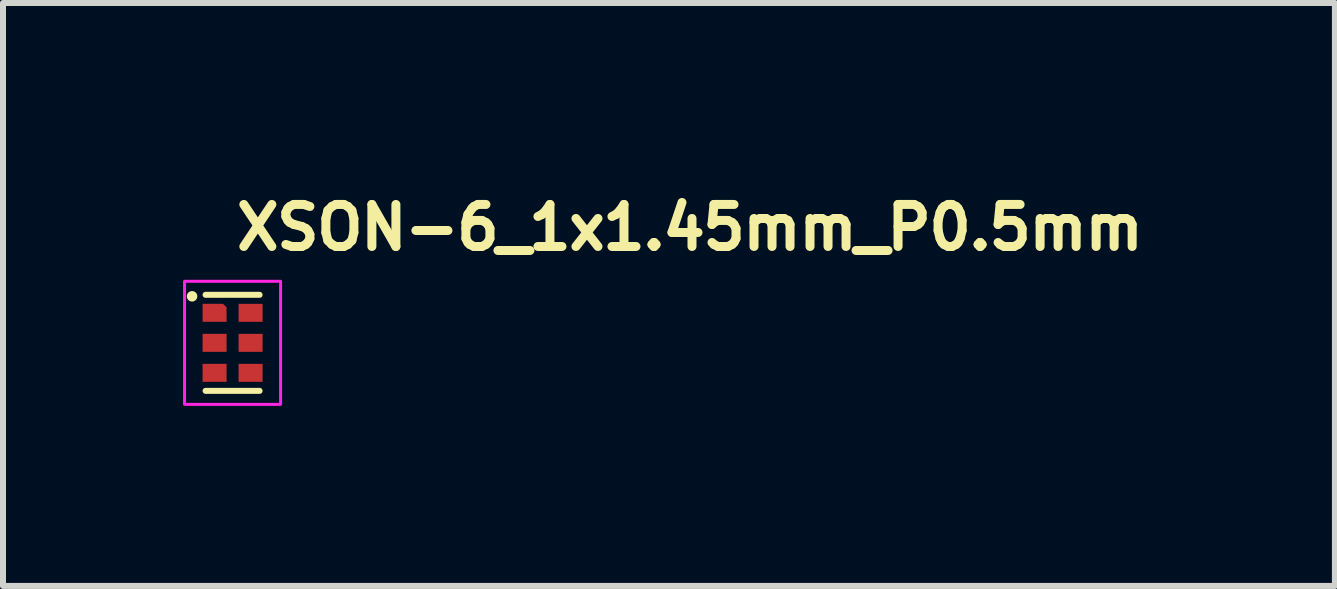
<source format=kicad_pcb>
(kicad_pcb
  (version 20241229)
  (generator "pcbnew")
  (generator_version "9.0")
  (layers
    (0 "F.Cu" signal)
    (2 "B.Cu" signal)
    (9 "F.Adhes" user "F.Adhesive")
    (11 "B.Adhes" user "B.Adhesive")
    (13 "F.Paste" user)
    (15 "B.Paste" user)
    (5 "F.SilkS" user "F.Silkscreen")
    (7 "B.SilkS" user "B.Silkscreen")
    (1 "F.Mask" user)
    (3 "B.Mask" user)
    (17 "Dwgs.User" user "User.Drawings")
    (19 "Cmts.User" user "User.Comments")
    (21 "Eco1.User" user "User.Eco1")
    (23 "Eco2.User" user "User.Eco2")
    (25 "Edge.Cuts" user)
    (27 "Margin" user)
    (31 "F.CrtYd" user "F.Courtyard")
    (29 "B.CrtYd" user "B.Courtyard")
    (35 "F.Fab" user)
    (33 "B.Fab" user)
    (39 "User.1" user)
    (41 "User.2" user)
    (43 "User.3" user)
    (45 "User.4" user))
  (footprint "XSON-6_1x1.45mm_P0.5mm"
    (layer "F.Cu")
    (at 0.825 2.662)
    (property "Reference" "XSON-6_1x1.45mm_P0.5mm" (at -0.011 -1.512 0) (layer "F.SilkS") (effects (font (size 0.7 0.7) (thickness 0.15)) (justify left bottom)))
    (attr smd)
    (fp_line (start -0.45 -0.8) (end 0.45 -0.8) (stroke (width 0.1) (type default)) (layer "F.SilkS"))
    (fp_line (start -0.45 0.8) (end 0.45 0.8) (stroke (width 0.1) (type default)) (layer "F.SilkS"))
    (fp_circle (center -0.675 -0.775) (end -0.625 -0.775) (stroke (width 0.075) (type solid)) (fill yes) (layer "F.SilkS"))
    (fp_rect (start -0.8 -1.025) (end 0.8 1.025) (stroke (width 0.05) (type solid)) (fill no) (layer "F.CrtYd"))
    (fp_rect (start -0.5 -0.725) (end 0.5 0.725) (stroke (width 0.1) (type solid)) (fill no) (layer "User.5"))
    (fp_line (start -0.49 -0.605) (end -0.49 -0.372) (stroke (width 0.02) (type solid)) (layer "User.9"))
    (fp_line (start -0.49 -0.372) (end -0.489 -0.372) (stroke (width 0.02) (type solid)) (layer "User.9"))
    (fp_line (start -0.49 -0.088) (end -0.49 0.107) (stroke (width 0.02) (type solid)) (layer "User.9"))
    (fp_line (start -0.49 -0.088) (end -0.489 -0.088) (stroke (width 0.02) (type solid)) (layer "User.9"))
    (fp_line (start -0.49 0.107) (end -0.489 0.107) (stroke (width 0.02) (type solid)) (layer "User.9"))
    (fp_line (start -0.49 0.392) (end -0.49 0.624) (stroke (width 0.02) (type solid)) (layer "User.9"))
    (fp_line (start -0.49 0.392) (end -0.489 0.392) (stroke (width 0.02) (type solid)) (layer "User.9"))
    (fp_line (start -0.49 0.624) (end -0.489 0.624) (stroke (width 0.02) (type solid)) (layer "User.9"))
    (fp_line (start -0.489 -0.715) (end 0.51 -0.715) (stroke (width 0.02) (type solid)) (layer "User.9"))
    (fp_line (start -0.489 -0.605) (end -0.49 -0.605) (stroke (width 0.02) (type solid)) (layer "User.9"))
    (fp_line (start -0.489 0.734) (end -0.489 -0.715) (stroke (width 0.02) (type solid)) (layer "User.9"))
    (fp_line (start -0.38 -0.715) (end -0.38 -0.715) (stroke (width 0.02) (type solid)) (layer "User.9"))
    (fp_line (start -0.38 -0.715) (end -0.182 -0.715) (stroke (width 0.02) (type solid)) (layer "User.9"))
    (fp_line (start -0.38 0.734) (end -0.38 0.735) (stroke (width 0.02) (type solid)) (layer "User.9"))
    (fp_line (start -0.38 0.735) (end -0.182 0.735) (stroke (width 0.02) (type solid)) (layer "User.9"))
    (fp_line (start -0.275 -0.19) (end -0.272 -0.196) (stroke (width 0.02) (type solid)) (layer "User.9"))
    (fp_line (start -0.275 -0.13) (end -0.275 -0.19) (stroke (width 0.02) (type solid)) (layer "User.9"))
    (fp_line (start -0.275 0.139) (end -0.272 0.129) (stroke (width 0.02) (type solid)) (layer "User.9"))
    (fp_line (start -0.275 0.199) (end -0.275 0.139) (stroke (width 0.02) (type solid)) (layer "User.9"))
    (fp_line (start -0.273 0.203) (end -0.275 0.199) (stroke (width 0.02) (type solid)) (layer "User.9"))
    (fp_line (start -0.272 -0.196) (end -0.265 -0.196) (stroke (width 0.02) (type solid)) (layer "User.9"))
    (fp_line (start -0.272 -0.121) (end -0.275 -0.13) (stroke (width 0.02) (type solid)) (layer "User.9"))
    (fp_line (start -0.272 0.129) (end -0.265 0.123) (stroke (width 0.02) (type solid)) (layer "User.9"))
    (fp_line (start -0.268 0.205) (end -0.273 0.203) (stroke (width 0.02) (type solid)) (layer "User.9"))
    (fp_line (start -0.265 -0.196) (end -0.045 -0.083) (stroke (width 0.02) (type solid)) (layer "User.9"))
    (fp_line (start -0.265 -0.114) (end -0.272 -0.121) (stroke (width 0.02) (type solid)) (layer "User.9"))
    (fp_line (start -0.265 0.123) (end -0.091 0.033) (stroke (width 0.02) (type solid)) (layer "User.9"))
    (fp_line (start -0.265 0.205) (end -0.268 0.205) (stroke (width 0.02) (type solid)) (layer "User.9"))
    (fp_line (start -0.182 -0.715) (end -0.182 -0.715) (stroke (width 0.02) (type solid)) (layer "User.9"))
    (fp_line (start -0.182 0.734) (end -0.182 0.735) (stroke (width 0.02) (type solid)) (layer "User.9"))
    (fp_line (start -0.091 -0.025) (end -0.265 -0.114) (stroke (width 0.02) (type solid)) (layer "User.9"))
    (fp_line (start -0.091 0.033) (end -0.069 0.025) (stroke (width 0.02) (type solid)) (layer "User.9"))
    (fp_line (start -0.069 -0.016) (end -0.091 -0.025) (stroke (width 0.02) (type solid)) (layer "User.9"))
    (fp_line (start -0.069 0.025) (end -0.045 0.022) (stroke (width 0.02) (type solid)) (layer "User.9"))
    (fp_line (start -0.045 -0.083) (end 0.175 -0.196) (stroke (width 0.02) (type solid)) (layer "User.9"))
    (fp_line (start -0.045 -0.014) (end -0.069 -0.016) (stroke (width 0.02) (type solid)) (layer "User.9"))
    (fp_line (start -0.045 0.022) (end -0.022 0.025) (stroke (width 0.02) (type solid)) (layer "User.9"))
    (fp_line (start -0.045 0.092) (end -0.265 0.205) (stroke (width 0.02) (type solid)) (layer "User.9"))
    (fp_line (start -0.022 -0.016) (end -0.045 -0.014) (stroke (width 0.02) (type solid)) (layer "User.9"))
    (fp_line (start -0.022 0.025) (end 0.001 0.033) (stroke (width 0.02) (type solid)) (layer "User.9"))
    (fp_line (start 0.001 -0.025) (end -0.022 -0.016) (stroke (width 0.02) (type solid)) (layer "User.9"))
    (fp_line (start 0.001 0.033) (end 0.175 0.123) (stroke (width 0.02) (type solid)) (layer "User.9"))
    (fp_line (start 0.116 -0.28) (end 0.123 -0.294) (stroke (width 0.02) (type solid)) (layer "User.9"))
    (fp_line (start 0.116 -0.264) (end 0.116 -0.28) (stroke (width 0.02) (type solid)) (layer "User.9"))
    (fp_line (start 0.123 -0.294) (end 0.135 -0.303) (stroke (width 0.02) (type solid)) (layer "User.9"))
    (fp_line (start 0.123 -0.25) (end 0.116 -0.264) (stroke (width 0.02) (type solid)) (layer "User.9"))
    (fp_line (start 0.135 -0.303) (end 0.15 -0.307) (stroke (width 0.02) (type solid)) (layer "User.9"))
    (fp_line (start 0.135 -0.241) (end 0.123 -0.25) (stroke (width 0.02) (type solid)) (layer "User.9"))
    (fp_line (start 0.15 -0.307) (end 0.165 -0.303) (stroke (width 0.02) (type solid)) (layer "User.9"))
    (fp_line (start 0.15 -0.237) (end 0.135 -0.241) (stroke (width 0.02) (type solid)) (layer "User.9"))
    (fp_line (start 0.165 -0.303) (end 0.177 -0.294) (stroke (width 0.02) (type solid)) (layer "User.9"))
    (fp_line (start 0.165 -0.241) (end 0.15 -0.237) (stroke (width 0.02) (type solid)) (layer "User.9"))
    (fp_line (start 0.175 -0.196) (end 0.182 -0.196) (stroke (width 0.02) (type solid)) (layer "User.9"))
    (fp_line (start 0.175 -0.114) (end 0.001 -0.025) (stroke (width 0.02) (type solid)) (layer "User.9"))
    (fp_line (start 0.175 0.123) (end 0.182 0.129) (stroke (width 0.02) (type solid)) (layer "User.9"))
    (fp_line (start 0.175 0.205) (end -0.045 0.092) (stroke (width 0.02) (type solid)) (layer "User.9"))
    (fp_line (start 0.177 -0.294) (end 0.184 -0.28) (stroke (width 0.02) (type solid)) (layer "User.9"))
    (fp_line (start 0.177 -0.25) (end 0.165 -0.241) (stroke (width 0.02) (type solid)) (layer "User.9"))
    (fp_line (start 0.178 0.205) (end 0.175 0.205) (stroke (width 0.02) (type solid)) (layer "User.9"))
    (fp_line (start 0.182 -0.196) (end 0.185 -0.19) (stroke (width 0.02) (type solid)) (layer "User.9"))
    (fp_line (start 0.182 -0.121) (end 0.175 -0.114) (stroke (width 0.02) (type solid)) (layer "User.9"))
    (fp_line (start 0.182 0.129) (end 0.185 0.139) (stroke (width 0.02) (type solid)) (layer "User.9"))
    (fp_line (start 0.183 0.203) (end 0.178 0.205) (stroke (width 0.02) (type solid)) (layer "User.9"))
    (fp_line (start 0.184 -0.28) (end 0.184 -0.264) (stroke (width 0.02) (type solid)) (layer "User.9"))
    (fp_line (start 0.184 -0.264) (end 0.177 -0.25) (stroke (width 0.02) (type solid)) (layer "User.9"))
    (fp_line (start 0.185 -0.19) (end 0.185 -0.13) (stroke (width 0.02) (type solid)) (layer "User.9"))
    (fp_line (start 0.185 -0.13) (end 0.182 -0.121) (stroke (width 0.02) (type solid)) (layer "User.9"))
    (fp_line (start 0.185 0.139) (end 0.185 0.199) (stroke (width 0.02) (type solid)) (layer "User.9"))
    (fp_line (start 0.185 0.199) (end 0.183 0.203) (stroke (width 0.02) (type solid)) (layer "User.9"))
    (fp_line (start 0.203 -0.715) (end 0.203 -0.715) (stroke (width 0.02) (type solid)) (layer "User.9"))
    (fp_line (start 0.203 -0.715) (end 0.4 -0.715) (stroke (width 0.02) (type solid)) (layer "User.9"))
    (fp_line (start 0.203 0.734) (end 0.203 0.735) (stroke (width 0.02) (type solid)) (layer "User.9"))
    (fp_line (start 0.203 0.735) (end 0.4 0.735) (stroke (width 0.02) (type solid)) (layer "User.9"))
    (fp_line (start 0.4 -0.715) (end 0.4 -0.715) (stroke (width 0.02) (type solid)) (layer "User.9"))
    (fp_line (start 0.4 0.735) (end 0.4 0.734) (stroke (width 0.02) (type solid)) (layer "User.9"))
    (fp_line (start 0.51 -0.715) (end 0.51 0.734) (stroke (width 0.02) (type solid)) (layer "User.9"))
    (fp_line (start 0.51 -0.605) (end 0.51 -0.605) (stroke (width 0.02) (type solid)) (layer "User.9"))
    (fp_line (start 0.51 -0.605) (end 0.51 -0.372) (stroke (width 0.02) (type solid)) (layer "User.9"))
    (fp_line (start 0.51 -0.372) (end 0.51 -0.372) (stroke (width 0.02) (type solid)) (layer "User.9"))
    (fp_line (start 0.51 -0.088) (end 0.51 -0.088) (stroke (width 0.02) (type solid)) (layer "User.9"))
    (fp_line (start 0.51 -0.088) (end 0.51 0.107) (stroke (width 0.02) (type solid)) (layer "User.9"))
    (fp_line (start 0.51 0.107) (end 0.51 0.107) (stroke (width 0.02) (type solid)) (layer "User.9"))
    (fp_line (start 0.51 0.392) (end 0.51 0.392) (stroke (width 0.02) (type solid)) (layer "User.9"))
    (fp_line (start 0.51 0.392) (end 0.51 0.624) (stroke (width 0.02) (type solid)) (layer "User.9"))
    (fp_line (start 0.51 0.624) (end 0.51 0.624) (stroke (width 0.02) (type solid)) (layer "User.9"))
    (fp_line (start 0.51 0.734) (end -0.489 0.734) (stroke (width 0.02) (type solid)) (layer "User.9"))
    (pad "1" smd roundrect (at -0.3 -0.5) (size 0.4 0.3) (layers "F.Cu" "F.Mask" "F.Paste") (roundrect_rratio 0) (chamfer_ratio 0.2) (chamfer top_right))
    (pad "2" smd rect (at -0.3 0) (size 0.4 0.3) (layers "F.Cu" "F.Mask" "F.Paste"))
    (pad "3" smd rect (at -0.3 0.5) (size 0.4 0.3) (layers "F.Cu" "F.Mask" "F.Paste"))
    (pad "4" smd rect (at 0.3 0.5) (size 0.4 0.3) (layers "F.Cu" "F.Mask" "F.Paste"))
    (pad "5" smd rect (at 0.3 0) (size 0.4 0.3) (layers "F.Cu" "F.Mask" "F.Paste"))
    (pad "6" smd rect (at 0.3 -0.5) (size 0.4 0.3) (layers "F.Cu" "F.Mask" "F.Paste")))
  (gr_rect
    (start -3 -3)
    (end 19.191 6.712)
    (stroke (width 0.1) (type default))
    (fill no)
    (layer "Edge.Cuts")))
</source>
